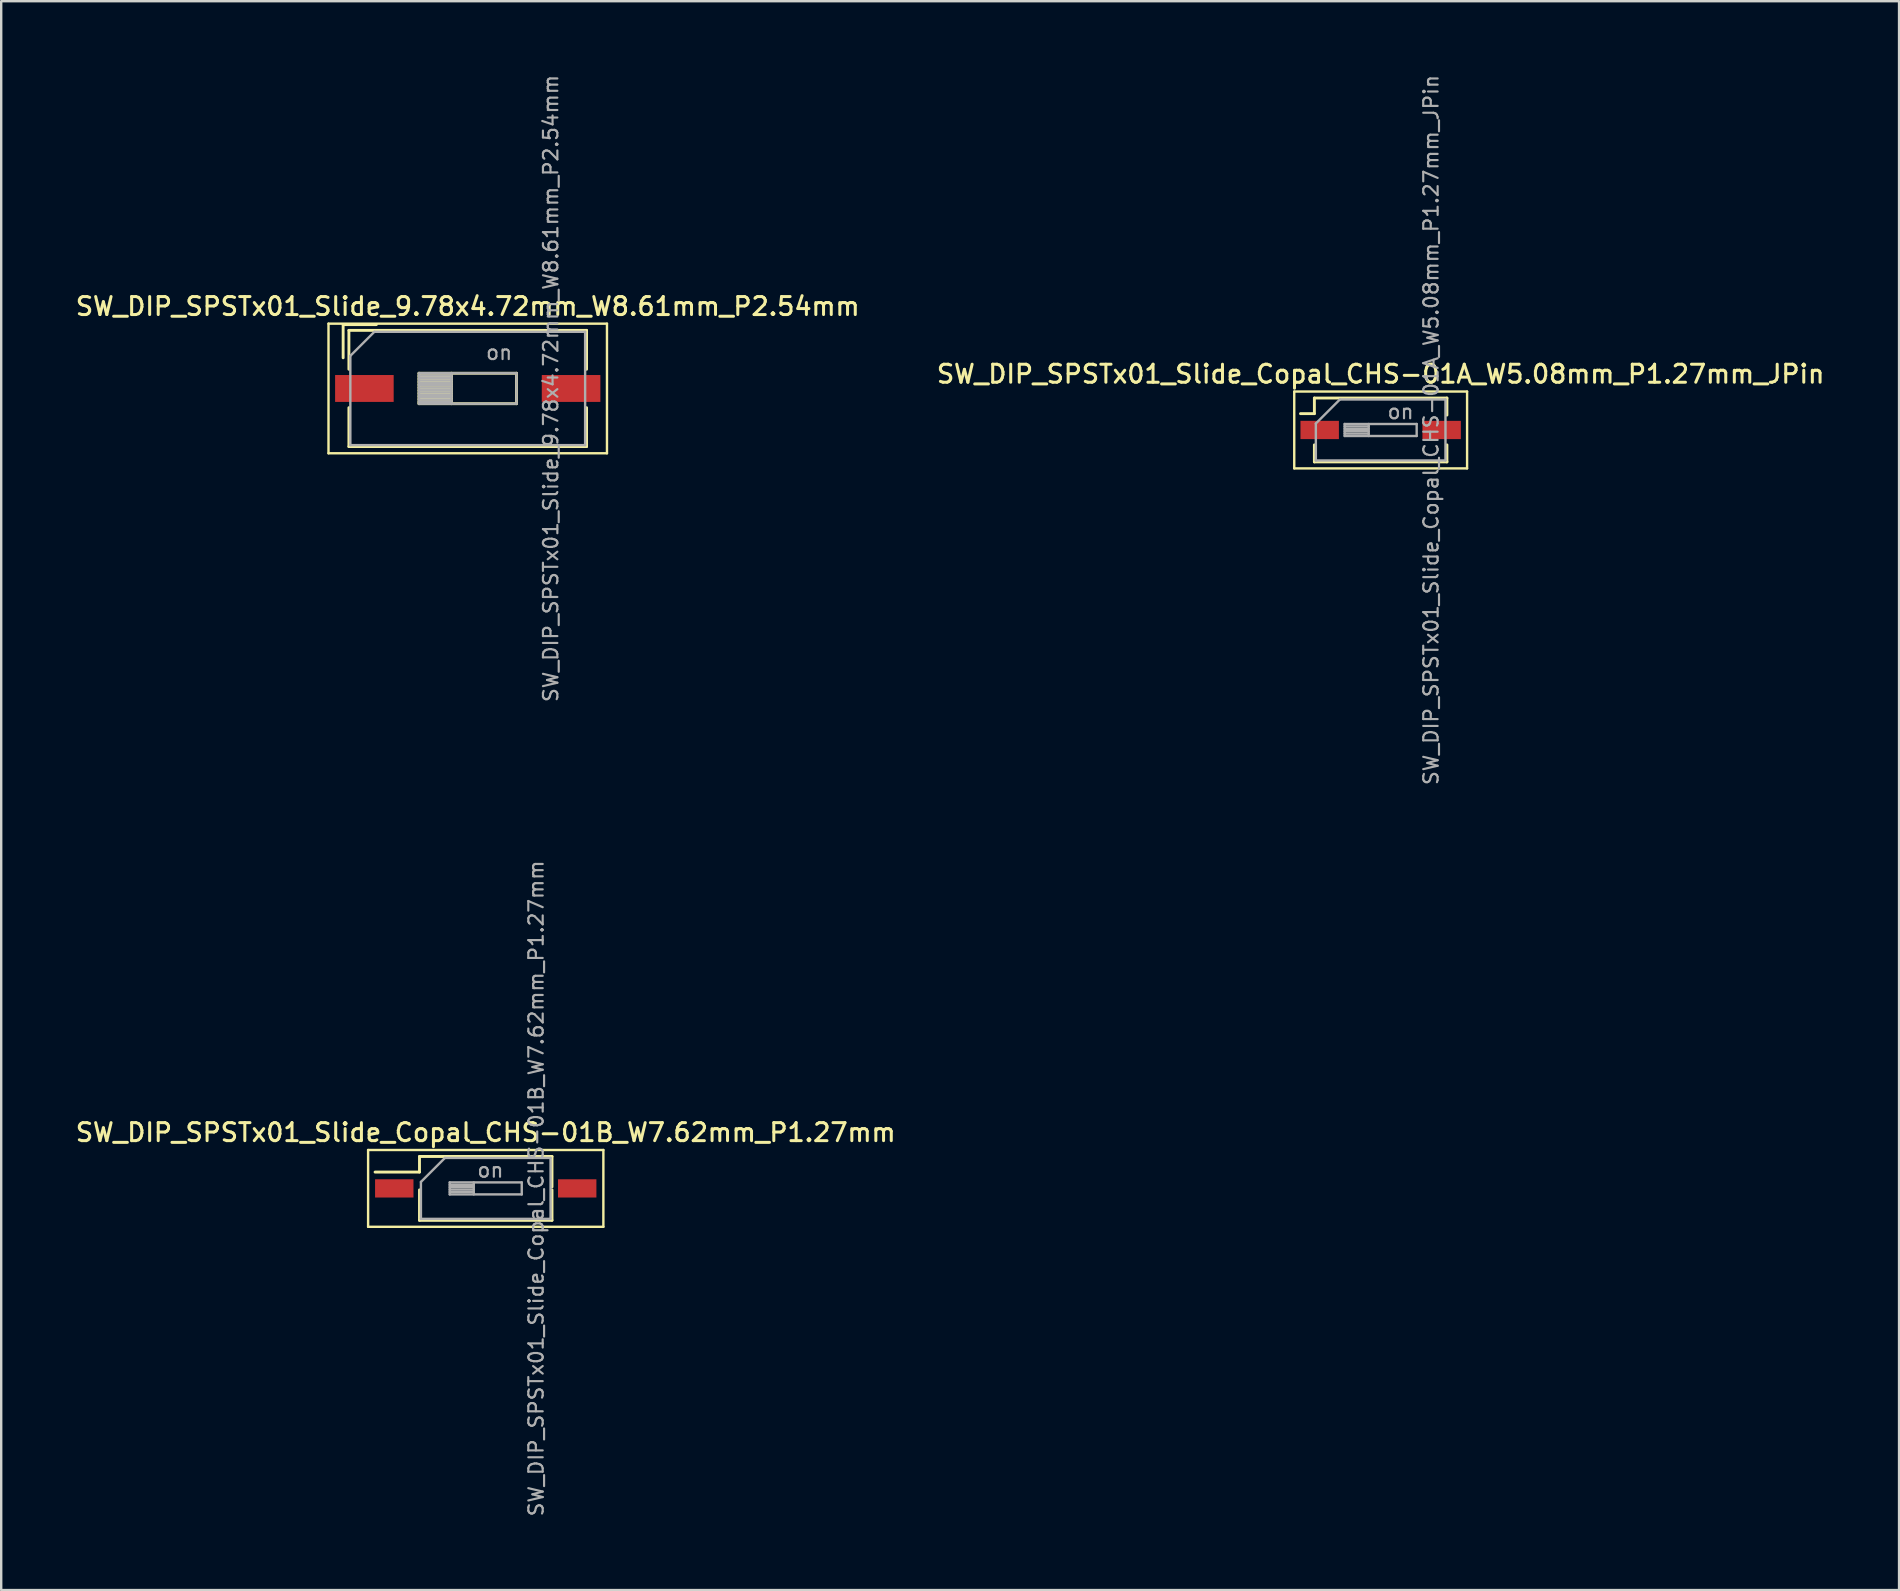
<source format=kicad_pcb>
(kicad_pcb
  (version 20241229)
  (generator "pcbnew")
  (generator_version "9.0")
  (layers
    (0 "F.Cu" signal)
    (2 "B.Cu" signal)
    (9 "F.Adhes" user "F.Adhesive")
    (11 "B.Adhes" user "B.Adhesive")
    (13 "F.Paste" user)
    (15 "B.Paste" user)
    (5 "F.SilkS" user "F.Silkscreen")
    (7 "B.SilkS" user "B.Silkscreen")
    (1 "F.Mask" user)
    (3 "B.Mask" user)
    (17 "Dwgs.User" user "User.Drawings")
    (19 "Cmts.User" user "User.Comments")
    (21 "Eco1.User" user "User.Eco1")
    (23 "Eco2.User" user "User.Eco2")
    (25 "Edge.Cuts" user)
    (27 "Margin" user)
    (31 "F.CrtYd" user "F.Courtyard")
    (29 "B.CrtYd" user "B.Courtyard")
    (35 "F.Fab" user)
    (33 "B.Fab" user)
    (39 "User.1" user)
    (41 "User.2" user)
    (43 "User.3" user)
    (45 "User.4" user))
  (footprint "SW_DIP_SPSTx01_Slide_Copal_CHS-01A_W5.08mm_P1.27mm_JPin"
    (layer "F.Cu")
    (at 54.463 14.861)
    (property "Reference" "SW_DIP_SPSTx01_Slide_Copal_CHS-01A_W5.08mm_P1.27mm_JPin" (at 0 -2.33 0) (layer "F.SilkS") (effects (font (size 0.75 0.75) (thickness 0.125))))
    (attr smd)
    (fp_line (start -3.6 -1.6) (end -3.6 1.6) (stroke (width 0.1) (type solid)) (layer "F.SilkS"))
    (fp_line (start -3.6 1.6) (end 3.6 1.6) (stroke (width 0.1) (type solid)) (layer "F.SilkS"))
    (fp_line (start -3.34 -0.68) (end -2.761 -0.68) (stroke (width 0.12) (type solid)) (layer "F.SilkS"))
    (fp_line (start -2.761 -1.33) (end -2.761 -0.68) (stroke (width 0.12) (type solid)) (layer "F.SilkS"))
    (fp_line (start -2.761 -1.33) (end 2.76 -1.33) (stroke (width 0.12) (type solid)) (layer "F.SilkS"))
    (fp_line (start -2.761 0.62) (end -2.761 1.33) (stroke (width 0.12) (type solid)) (layer "F.SilkS"))
    (fp_line (start -2.761 1.33) (end 2.76 1.33) (stroke (width 0.12) (type solid)) (layer "F.SilkS"))
    (fp_line (start 2.76 -1.33) (end 2.76 -0.62) (stroke (width 0.12) (type solid)) (layer "F.SilkS"))
    (fp_line (start 2.76 0.62) (end 2.76 1.33) (stroke (width 0.12) (type solid)) (layer "F.SilkS"))
    (fp_line (start 3.6 -1.6) (end -3.6 -1.6) (stroke (width 0.1) (type solid)) (layer "F.SilkS"))
    (fp_line (start 3.6 1.6) (end 3.6 -1.6) (stroke (width 0.1) (type solid)) (layer "F.SilkS"))
    (fp_line (start -2.7 -0.27) (end -1.7 -1.27) (stroke (width 0.1) (type solid)) (layer "F.Fab"))
    (fp_line (start -2.7 1.27) (end -2.7 -0.27) (stroke (width 0.1) (type solid)) (layer "F.Fab"))
    (fp_line (start -1.7 -1.27) (end 2.7 -1.27) (stroke (width 0.1) (type solid)) (layer "F.Fab"))
    (fp_line (start -1.5 -0.25) (end -1.5 0.25) (stroke (width 0.1) (type solid)) (layer "F.Fab"))
    (fp_line (start -1.5 -0.15) (end -0.5 -0.15) (stroke (width 0.1) (type solid)) (layer "F.Fab"))
    (fp_line (start -1.5 -0.05) (end -0.5 -0.05) (stroke (width 0.1) (type solid)) (layer "F.Fab"))
    (fp_line (start -1.5 0.05) (end -0.5 0.05) (stroke (width 0.1) (type solid)) (layer "F.Fab"))
    (fp_line (start -1.5 0.15) (end -0.5 0.15) (stroke (width 0.1) (type solid)) (layer "F.Fab"))
    (fp_line (start -1.5 0.25) (end 1.5 0.25) (stroke (width 0.1) (type solid)) (layer "F.Fab"))
    (fp_line (start -0.5 -0.25) (end -0.5 0.25) (stroke (width 0.1) (type solid)) (layer "F.Fab"))
    (fp_line (start 1.5 -0.25) (end -1.5 -0.25) (stroke (width 0.1) (type solid)) (layer "F.Fab"))
    (fp_line (start 1.5 0.25) (end 1.5 -0.25) (stroke (width 0.1) (type solid)) (layer "F.Fab"))
    (fp_line (start 2.7 -1.27) (end 2.7 1.27) (stroke (width 0.1) (type solid)) (layer "F.Fab"))
    (fp_line (start 2.7 1.27) (end -2.7 1.27) (stroke (width 0.1) (type solid)) (layer "F.Fab"))
    (fp_text user "on" (at 0.83 -0.76 0) (layer "F.Fab") (effects (font (size 0.6 0.6) (thickness 0.09))))
    (fp_text user "${REFERENCE}" (at 2.1 0 90) (layer "F.Fab") (effects (font (size 0.6 0.6) (thickness 0.09))))
    (pad "1" smd rect (at -2.54 0) (size 1.6 0.76) (layers "F.Cu" "F.Mask" "F.Paste"))
    (pad "2" smd rect (at 2.54 0) (size 1.6 0.76) (layers "F.Cu" "F.Mask" "F.Paste")))
  (footprint "SW_DIP_SPSTx01_Slide_Copal_CHS-01B_W7.62mm_P1.27mm"
    (layer "F.Cu")
    (at 17.184 46.454)
    (property "Reference" "SW_DIP_SPSTx01_Slide_Copal_CHS-01B_W7.62mm_P1.27mm" (at 0 -2.33 0) (layer "F.SilkS") (effects (font (size 0.75 0.75) (thickness 0.125))))
    (attr smd)
    (fp_line (start -4.9 -1.6) (end -4.9 1.6) (stroke (width 0.1) (type solid)) (layer "F.SilkS"))
    (fp_line (start -4.9 1.6) (end 4.9 1.6) (stroke (width 0.1) (type solid)) (layer "F.SilkS"))
    (fp_line (start -4.61 -0.68) (end -2.76 -0.68) (stroke (width 0.12) (type solid)) (layer "F.SilkS"))
    (fp_line (start -2.76 -1.33) (end -2.76 -0.68) (stroke (width 0.12) (type solid)) (layer "F.SilkS"))
    (fp_line (start -2.76 -1.33) (end 2.76 -1.33) (stroke (width 0.12) (type solid)) (layer "F.SilkS"))
    (fp_line (start -2.76 0.061) (end -2.76 1.33) (stroke (width 0.12) (type solid)) (layer "F.SilkS"))
    (fp_line (start -2.76 1.33) (end 2.76 1.33) (stroke (width 0.12) (type solid)) (layer "F.SilkS"))
    (fp_line (start 2.76 -1.33) (end 2.76 -0.061) (stroke (width 0.12) (type solid)) (layer "F.SilkS"))
    (fp_line (start 2.76 0.061) (end 2.76 1.33) (stroke (width 0.12) (type solid)) (layer "F.SilkS"))
    (fp_line (start 4.9 -1.6) (end -4.9 -1.6) (stroke (width 0.1) (type solid)) (layer "F.SilkS"))
    (fp_line (start 4.9 1.6) (end 4.9 -1.6) (stroke (width 0.1) (type solid)) (layer "F.SilkS"))
    (fp_line (start -2.7 -0.27) (end -1.7 -1.27) (stroke (width 0.1) (type solid)) (layer "F.Fab"))
    (fp_line (start -2.7 1.27) (end -2.7 -0.27) (stroke (width 0.1) (type solid)) (layer "F.Fab"))
    (fp_line (start -1.7 -1.27) (end 2.7 -1.27) (stroke (width 0.1) (type solid)) (layer "F.Fab"))
    (fp_line (start -1.5 -0.25) (end -1.5 0.25) (stroke (width 0.1) (type solid)) (layer "F.Fab"))
    (fp_line (start -1.5 -0.15) (end -0.5 -0.15) (stroke (width 0.1) (type solid)) (layer "F.Fab"))
    (fp_line (start -1.5 -0.05) (end -0.5 -0.05) (stroke (width 0.1) (type solid)) (layer "F.Fab"))
    (fp_line (start -1.5 0.05) (end -0.5 0.05) (stroke (width 0.1) (type solid)) (layer "F.Fab"))
    (fp_line (start -1.5 0.15) (end -0.5 0.15) (stroke (width 0.1) (type solid)) (layer "F.Fab"))
    (fp_line (start -1.5 0.25) (end 1.5 0.25) (stroke (width 0.1) (type solid)) (layer "F.Fab"))
    (fp_line (start -0.5 -0.25) (end -0.5 0.25) (stroke (width 0.1) (type solid)) (layer "F.Fab"))
    (fp_line (start 1.5 -0.25) (end -1.5 -0.25) (stroke (width 0.1) (type solid)) (layer "F.Fab"))
    (fp_line (start 1.5 0.25) (end 1.5 -0.25) (stroke (width 0.1) (type solid)) (layer "F.Fab"))
    (fp_line (start 2.7 -1.27) (end 2.7 1.27) (stroke (width 0.1) (type solid)) (layer "F.Fab"))
    (fp_line (start 2.7 1.27) (end -2.7 1.27) (stroke (width 0.1) (type solid)) (layer "F.Fab"))
    (fp_text user "${REFERENCE}" (at 2.1 0 90) (layer "F.Fab") (effects (font (size 0.6 0.6) (thickness 0.09))))
    (fp_text user "on" (at 0.195 -0.76 0) (layer "F.Fab") (effects (font (size 0.6 0.6) (thickness 0.09))))
    (pad "1" smd rect (at -3.81 0) (size 1.6 0.76) (layers "F.Cu" "F.Mask" "F.Paste"))
    (pad "2" smd rect (at 3.81 0) (size 1.6 0.76) (layers "F.Cu" "F.Mask" "F.Paste")))
  (footprint "SW_DIP_SPSTx01_Slide_9.78x4.72mm_W8.61mm_P2.54mm"
    (layer "F.Cu")
    (at 16.434 13.132)
    (property "Reference" "SW_DIP_SPSTx01_Slide_9.78x4.72mm_W8.61mm_P2.54mm" (at 0 -3.42 0) (layer "F.SilkS") (effects (font (size 0.75 0.75) (thickness 0.125))))
    (attr smd)
    (fp_line (start -5.8 -2.7) (end -5.8 2.7) (stroke (width 0.1) (type solid)) (layer "F.SilkS"))
    (fp_line (start -5.8 2.7) (end 5.8 2.7) (stroke (width 0.1) (type solid)) (layer "F.SilkS"))
    (fp_line (start -5.19 -2.66) (end -5.19 -1.277) (stroke (width 0.12) (type solid)) (layer "F.SilkS"))
    (fp_line (start -5.19 -2.66) (end -3.806 -2.66) (stroke (width 0.12) (type solid)) (layer "F.SilkS"))
    (fp_line (start -4.95 -2.42) (end -4.95 -0.8) (stroke (width 0.12) (type solid)) (layer "F.SilkS"))
    (fp_line (start -4.95 -2.42) (end 4.95 -2.42) (stroke (width 0.12) (type solid)) (layer "F.SilkS"))
    (fp_line (start -4.95 0.8) (end -4.95 2.42) (stroke (width 0.12) (type solid)) (layer "F.SilkS"))
    (fp_line (start -4.95 2.42) (end 4.95 2.42) (stroke (width 0.12) (type solid)) (layer "F.SilkS"))
    (fp_line (start -2.03 -0.635) (end -2.03 0.635) (stroke (width 0.12) (type solid)) (layer "F.SilkS"))
    (fp_line (start -2.03 -0.515) (end -0.677 -0.515) (stroke (width 0.12) (type solid)) (layer "F.SilkS"))
    (fp_line (start -2.03 -0.395) (end -0.677 -0.395) (stroke (width 0.12) (type solid)) (layer "F.SilkS"))
    (fp_line (start -2.03 -0.275) (end -0.677 -0.275) (stroke (width 0.12) (type solid)) (layer "F.SilkS"))
    (fp_line (start -2.03 -0.155) (end -0.677 -0.155) (stroke (width 0.12) (type solid)) (layer "F.SilkS"))
    (fp_line (start -2.03 -0.035) (end -0.677 -0.035) (stroke (width 0.12) (type solid)) (layer "F.SilkS"))
    (fp_line (start -2.03 0.085) (end -0.677 0.085) (stroke (width 0.12) (type solid)) (layer "F.SilkS"))
    (fp_line (start -2.03 0.205) (end -0.677 0.205) (stroke (width 0.12) (type solid)) (layer "F.SilkS"))
    (fp_line (start -2.03 0.325) (end -0.677 0.325) (stroke (width 0.12) (type solid)) (layer "F.SilkS"))
    (fp_line (start -2.03 0.445) (end -0.677 0.445) (stroke (width 0.12) (type solid)) (layer "F.SilkS"))
    (fp_line (start -2.03 0.565) (end -0.677 0.565) (stroke (width 0.12) (type solid)) (layer "F.SilkS"))
    (fp_line (start -2.03 0.635) (end 2.03 0.635) (stroke (width 0.12) (type solid)) (layer "F.SilkS"))
    (fp_line (start -0.677 -0.635) (end -0.677 0.635) (stroke (width 0.12) (type solid)) (layer "F.SilkS"))
    (fp_line (start 2.03 -0.635) (end -2.03 -0.635) (stroke (width 0.12) (type solid)) (layer "F.SilkS"))
    (fp_line (start 2.03 0.635) (end 2.03 -0.635) (stroke (width 0.12) (type solid)) (layer "F.SilkS"))
    (fp_line (start 4.95 -2.42) (end 4.95 -0.8) (stroke (width 0.12) (type solid)) (layer "F.SilkS"))
    (fp_line (start 4.95 0.8) (end 4.95 2.42) (stroke (width 0.12) (type solid)) (layer "F.SilkS"))
    (fp_line (start 5.8 -2.7) (end -5.8 -2.7) (stroke (width 0.1) (type solid)) (layer "F.SilkS"))
    (fp_line (start 5.8 2.7) (end 5.8 -2.7) (stroke (width 0.1) (type solid)) (layer "F.SilkS"))
    (fp_line (start -4.89 -1.36) (end -3.89 -2.36) (stroke (width 0.1) (type solid)) (layer "F.Fab"))
    (fp_line (start -4.89 2.36) (end -4.89 -1.36) (stroke (width 0.1) (type solid)) (layer "F.Fab"))
    (fp_line (start -3.89 -2.36) (end 4.89 -2.36) (stroke (width 0.1) (type solid)) (layer "F.Fab"))
    (fp_line (start -2.03 -0.635) (end -2.03 0.635) (stroke (width 0.1) (type solid)) (layer "F.Fab"))
    (fp_line (start -2.03 -0.535) (end -0.677 -0.535) (stroke (width 0.1) (type solid)) (layer "F.Fab"))
    (fp_line (start -2.03 -0.435) (end -0.677 -0.435) (stroke (width 0.1) (type solid)) (layer "F.Fab"))
    (fp_line (start -2.03 -0.335) (end -0.677 -0.335) (stroke (width 0.1) (type solid)) (layer "F.Fab"))
    (fp_line (start -2.03 -0.235) (end -0.677 -0.235) (stroke (width 0.1) (type solid)) (layer "F.Fab"))
    (fp_line (start -2.03 -0.135) (end -0.677 -0.135) (stroke (width 0.1) (type solid)) (layer "F.Fab"))
    (fp_line (start -2.03 -0.035) (end -0.677 -0.035) (stroke (width 0.1) (type solid)) (layer "F.Fab"))
    (fp_line (start -2.03 0.065) (end -0.677 0.065) (stroke (width 0.1) (type solid)) (layer "F.Fab"))
    (fp_line (start -2.03 0.165) (end -0.677 0.165) (stroke (width 0.1) (type solid)) (layer "F.Fab"))
    (fp_line (start -2.03 0.265) (end -0.677 0.265) (stroke (width 0.1) (type solid)) (layer "F.Fab"))
    (fp_line (start -2.03 0.365) (end -0.677 0.365) (stroke (width 0.1) (type solid)) (layer "F.Fab"))
    (fp_line (start -2.03 0.465) (end -0.677 0.465) (stroke (width 0.1) (type solid)) (layer "F.Fab"))
    (fp_line (start -2.03 0.565) (end -0.677 0.565) (stroke (width 0.1) (type solid)) (layer "F.Fab"))
    (fp_line (start -2.03 0.635) (end 2.03 0.635) (stroke (width 0.1) (type solid)) (layer "F.Fab"))
    (fp_line (start -0.677 -0.635) (end -0.677 0.635) (stroke (width 0.1) (type solid)) (layer "F.Fab"))
    (fp_line (start 2.03 -0.635) (end -2.03 -0.635) (stroke (width 0.1) (type solid)) (layer "F.Fab"))
    (fp_line (start 2.03 0.635) (end 2.03 -0.635) (stroke (width 0.1) (type solid)) (layer "F.Fab"))
    (fp_line (start 4.89 -2.36) (end 4.89 2.36) (stroke (width 0.1) (type solid)) (layer "F.Fab"))
    (fp_line (start 4.89 2.36) (end -4.89 2.36) (stroke (width 0.1) (type solid)) (layer "F.Fab"))
    (fp_text user "${REFERENCE}" (at 3.46 0 90) (layer "F.Fab") (effects (font (size 0.6 0.6) (thickness 0.09))))
    (fp_text user "on" (at 1.308 -1.498 0) (layer "F.Fab") (effects (font (size 0.6 0.6) (thickness 0.09))))
    (pad "1" smd rect (at -4.305 0) (size 2.44 1.12) (layers "F.Cu" "F.Mask" "F.Paste"))
    (pad "2" smd rect (at 4.305 0) (size 2.44 1.12) (layers "F.Cu" "F.Mask" "F.Paste")))
  (gr_rect
    (start -3 -3)
    (end 76.057 63.186)
    (stroke (width 0.1) (type default))
    (fill no)
    (layer "Edge.Cuts")))
</source>
